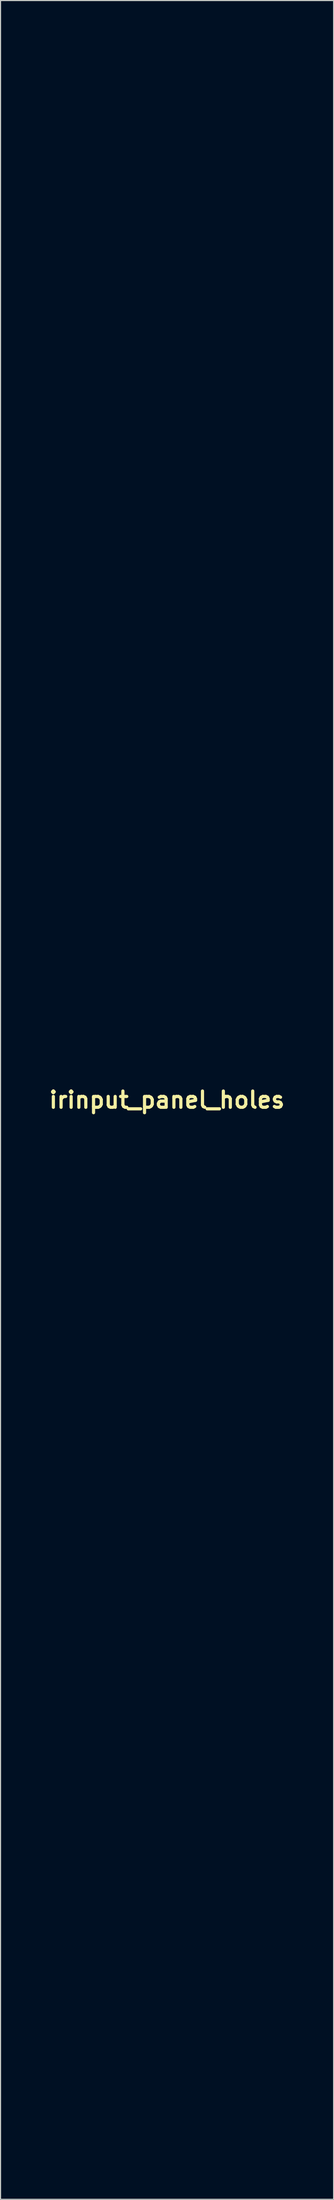
<source format=kicad_pcb>
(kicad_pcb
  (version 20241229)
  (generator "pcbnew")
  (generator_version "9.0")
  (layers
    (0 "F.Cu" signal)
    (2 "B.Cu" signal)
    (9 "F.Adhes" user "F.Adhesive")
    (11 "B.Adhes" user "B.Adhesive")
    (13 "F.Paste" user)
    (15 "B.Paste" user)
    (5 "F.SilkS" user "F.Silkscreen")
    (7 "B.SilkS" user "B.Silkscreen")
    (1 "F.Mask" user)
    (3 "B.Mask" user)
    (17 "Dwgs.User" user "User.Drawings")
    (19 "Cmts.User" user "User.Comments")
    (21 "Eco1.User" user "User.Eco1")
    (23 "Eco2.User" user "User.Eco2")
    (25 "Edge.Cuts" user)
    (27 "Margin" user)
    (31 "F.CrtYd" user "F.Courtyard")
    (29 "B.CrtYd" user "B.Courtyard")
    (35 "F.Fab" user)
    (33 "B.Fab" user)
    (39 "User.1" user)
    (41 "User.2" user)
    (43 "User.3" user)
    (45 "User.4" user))
  (footprint "irinput_panel_holes"
    (layer "F.Cu")
    (at 12.629 100.132)
    (property "Reference" "irinput_panel_holes" (at 0 0 0) (layer "F.SilkS") (effects (font (size 1.524 1.524) (thickness 0.3))))
    (attr through_hole)
    (fp_poly (pts (xy 12.649 100.127) (xy -12.624 100.127) (xy -12.624 -99.847) (xy -12.344 -99.847) (xy -12.344 99.847) (xy 12.37 99.847) (xy 12.37 -99.847) (xy -12.344 -99.847) (xy -12.624 -99.847) (xy -12.624 -100.127) (xy 12.649 -100.127) (xy 12.649 100.127)) (stroke (width 0.01) (type solid)) (fill no) (layer "Eco1.User"))
    (fp_poly (pts (xy -7.845 95.396) (xy -7.579 95.397) (xy -7.323 95.4) (xy -7.083 95.404) (xy -6.866 95.408) (xy -6.675 95.414) (xy -6.518 95.421) (xy -6.399 95.428) (xy -6.324 95.437) (xy -6.315 95.439) (xy -6.055 95.524) (xy -5.818 95.652) (xy -5.607 95.817) (xy -5.428 96.013) (xy -5.283 96.238) (xy -5.176 96.484) (xy -5.112 96.747) (xy -5.094 96.977) (xy -5.101 97.169) (xy -5.125 97.335) (xy -5.171 97.495) (xy -5.244 97.669) (xy -5.266 97.714) (xy -5.403 97.941) (xy -5.581 98.143) (xy -5.791 98.313) (xy -6.029 98.448) (xy -6.286 98.541) (xy -6.381 98.563) (xy -6.452 98.572) (xy -6.569 98.58) (xy -6.725 98.587) (xy -6.914 98.593) (xy -7.131 98.597) (xy -7.37 98.601) (xy -7.624 98.603) (xy -7.889 98.605) (xy -8.159 98.605) (xy -8.427 98.604) (xy -8.688 98.602) (xy -8.936 98.599) (xy -9.166 98.595) (xy -9.371 98.59) (xy -9.546 98.583) (xy -9.685 98.576) (xy -9.783 98.567) (xy -9.817 98.562) (xy -10.077 98.485) (xy -10.313 98.367) (xy -10.522 98.214) (xy -10.703 98.031) (xy -10.851 97.823) (xy -10.966 97.595) (xy -11.045 97.352) (xy -11.085 97.1) (xy -11.085 96.844) (xy -11.041 96.588) (xy -10.952 96.338) (xy -10.893 96.222) (xy -10.738 95.998) (xy -10.549 95.801) (xy -10.331 95.637) (xy -10.094 95.513) (xy -9.865 95.439) (xy -9.8 95.43) (xy -9.689 95.422) (xy -9.539 95.415) (xy -9.354 95.409) (xy -9.141 95.404) (xy -8.905 95.401) (xy -8.652 95.398) (xy -8.388 95.396) (xy -8.117 95.396) (xy -7.845 95.396)) (stroke (width 0.01) (type solid)) (fill no) (layer "Eco1.User"))
    (fp_poly (pts (xy 8.36 95.396) (xy 8.626 95.397) (xy 8.882 95.4) (xy 9.122 95.404) (xy 9.34 95.408) (xy 9.53 95.414) (xy 9.688 95.421) (xy 9.807 95.428) (xy 9.881 95.437) (xy 9.891 95.439) (xy 10.15 95.524) (xy 10.387 95.652) (xy 10.598 95.817) (xy 10.778 96.013) (xy 10.923 96.238) (xy 11.029 96.484) (xy 11.093 96.747) (xy 11.111 96.977) (xy 11.104 97.169) (xy 11.08 97.335) (xy 11.034 97.495) (xy 10.961 97.669) (xy 10.94 97.714) (xy 10.803 97.94) (xy 10.626 98.141) (xy 10.416 98.311) (xy 10.181 98.446) (xy 9.928 98.54) (xy 9.825 98.564) (xy 9.753 98.573) (xy 9.636 98.581) (xy 9.48 98.587) (xy 9.291 98.593) (xy 9.074 98.597) (xy 8.835 98.601) (xy 8.581 98.603) (xy 8.316 98.604) (xy 8.047 98.605) (xy 7.779 98.604) (xy 7.518 98.602) (xy 7.27 98.599) (xy 7.04 98.595) (xy 6.835 98.589) (xy 6.66 98.583) (xy 6.521 98.576) (xy 6.423 98.567) (xy 6.388 98.562) (xy 6.136 98.486) (xy 5.898 98.366) (xy 5.68 98.208) (xy 5.491 98.019) (xy 5.339 97.804) (xy 5.291 97.714) (xy 5.211 97.533) (xy 5.159 97.372) (xy 5.13 97.209) (xy 5.12 97.025) (xy 5.12 96.977) (xy 5.145 96.704) (xy 5.216 96.443) (xy 5.329 96.201) (xy 5.48 95.981) (xy 5.665 95.788) (xy 5.879 95.629) (xy 6.12 95.508) (xy 6.34 95.439) (xy 6.405 95.43) (xy 6.516 95.422) (xy 6.667 95.415) (xy 6.851 95.409) (xy 7.064 95.404) (xy 7.3 95.401) (xy 7.553 95.398) (xy 7.818 95.396) (xy 8.088 95.396) (xy 8.36 95.396)) (stroke (width 0.01) (type solid)) (fill no) (layer "Eco1.User"))
    (fp_poly (pts (xy 7.981 63.573) (xy 8.293 63.655) (xy 8.593 63.775) (xy 8.875 63.934) (xy 9.135 64.129) (xy 9.371 64.358) (xy 9.577 64.62) (xy 9.75 64.913) (xy 9.886 65.236) (xy 9.92 65.343) (xy 9.962 65.524) (xy 9.99 65.736) (xy 10.005 65.963) (xy 10.005 66.187) (xy 9.99 66.391) (xy 9.983 66.441) (xy 9.934 66.658) (xy 9.859 66.891) (xy 9.764 67.118) (xy 9.659 67.319) (xy 9.544 67.487) (xy 9.399 67.664) (xy 9.238 67.835) (xy 9.075 67.984) (xy 9.009 68.037) (xy 8.864 68.133) (xy 8.687 68.232) (xy 8.495 68.324) (xy 8.306 68.401) (xy 8.141 68.454) (xy 7.985 68.485) (xy 7.797 68.507) (xy 7.592 68.519) (xy 7.389 68.521) (xy 7.204 68.511) (xy 7.07 68.493) (xy 6.731 68.404) (xy 6.41 68.27) (xy 6.111 68.095) (xy 5.84 67.882) (xy 5.6 67.636) (xy 5.397 67.359) (xy 5.284 67.158) (xy 5.165 66.888) (xy 5.084 66.624) (xy 5.037 66.352) (xy 5.02 66.054) (xy 5.02 66.015) (xy 5.031 65.862) (xy 6.528 65.862) (xy 6.528 66.115) (xy 6.953 66.122) (xy 7.379 66.129) (xy 7.393 67.031) (xy 7.645 67.031) (xy 7.645 66.116) (xy 8.509 66.116) (xy 8.509 65.862) (xy 7.645 65.862) (xy 7.645 65.024) (xy 7.391 65.024) (xy 7.391 65.862) (xy 6.528 65.862) (xy 5.031 65.862) (xy 5.046 65.661) (xy 5.119 65.321) (xy 5.237 64.999) (xy 5.399 64.698) (xy 5.601 64.422) (xy 5.842 64.175) (xy 6.119 63.96) (xy 6.357 63.818) (xy 6.676 63.677) (xy 7.003 63.583) (xy 7.331 63.536) (xy 7.659 63.533) (xy 7.981 63.573)) (stroke (width 0.01) (type solid)) (fill no) (layer "Eco1.User"))
    (fp_poly (pts (xy -7.728 -98.606) (xy -7.468 -98.604) (xy -7.222 -98.6) (xy -6.995 -98.596) (xy -6.794 -98.591) (xy -6.624 -98.584) (xy -6.491 -98.577) (xy -6.402 -98.568) (xy -6.384 -98.565) (xy -6.125 -98.491) (xy -5.882 -98.373) (xy -5.661 -98.216) (xy -5.47 -98.026) (xy -5.315 -97.807) (xy -5.266 -97.714) (xy -5.186 -97.533) (xy -5.134 -97.372) (xy -5.105 -97.209) (xy -5.095 -97.025) (xy -5.094 -96.977) (xy -5.119 -96.696) (xy -5.191 -96.43) (xy -5.308 -96.185) (xy -5.466 -95.963) (xy -5.665 -95.769) (xy -5.9 -95.607) (xy -5.976 -95.566) (xy -6.04 -95.533) (xy -6.1 -95.505) (xy -6.159 -95.481) (xy -6.222 -95.461) (xy -6.294 -95.445) (xy -6.378 -95.432) (xy -6.478 -95.421) (xy -6.6 -95.413) (xy -6.747 -95.407) (xy -6.923 -95.403) (xy -7.134 -95.4) (xy -7.383 -95.398) (xy -7.674 -95.396) (xy -7.984 -95.395) (xy -8.261 -95.394) (xy -8.527 -95.394) (xy -8.777 -95.395) (xy -9.006 -95.396) (xy -9.209 -95.397) (xy -9.381 -95.399) (xy -9.516 -95.401) (xy -9.609 -95.404) (xy -9.652 -95.406) (xy -9.859 -95.437) (xy -10.038 -95.489) (xy -10.172 -95.548) (xy -10.426 -95.702) (xy -10.642 -95.889) (xy -10.818 -96.106) (xy -10.953 -96.348) (xy -11.044 -96.615) (xy -11.089 -96.896) (xy -11.085 -97.161) (xy -11.034 -97.419) (xy -10.941 -97.665) (xy -10.809 -97.892) (xy -10.643 -98.097) (xy -10.446 -98.273) (xy -10.223 -98.415) (xy -9.978 -98.519) (xy -9.796 -98.565) (xy -9.721 -98.574) (xy -9.601 -98.582) (xy -9.442 -98.589) (xy -9.249 -98.595) (xy -9.03 -98.599) (xy -8.789 -98.603) (xy -8.532 -98.605) (xy -8.266 -98.606) (xy -7.996 -98.607) (xy -7.728 -98.606)) (stroke (width 0.01) (type solid)) (fill no) (layer "Eco1.User"))
    (fp_poly (pts (xy 8.477 -98.606) (xy 8.737 -98.604) (xy 8.984 -98.6) (xy 9.21 -98.596) (xy 9.411 -98.591) (xy 9.581 -98.584) (xy 9.714 -98.577) (xy 9.803 -98.568) (xy 9.821 -98.565) (xy 10.08 -98.491) (xy 10.324 -98.373) (xy 10.544 -98.216) (xy 10.736 -98.026) (xy 10.89 -97.807) (xy 10.94 -97.714) (xy 11.019 -97.533) (xy 11.071 -97.372) (xy 11.1 -97.209) (xy 11.111 -97.025) (xy 11.111 -96.977) (xy 11.086 -96.696) (xy 11.014 -96.43) (xy 10.897 -96.185) (xy 10.739 -95.963) (xy 10.541 -95.769) (xy 10.305 -95.607) (xy 10.23 -95.566) (xy 10.165 -95.533) (xy 10.105 -95.505) (xy 10.046 -95.481) (xy 9.983 -95.461) (xy 9.911 -95.445) (xy 9.828 -95.432) (xy 9.727 -95.421) (xy 9.605 -95.413) (xy 9.458 -95.407) (xy 9.282 -95.403) (xy 9.071 -95.4) (xy 8.822 -95.398) (xy 8.531 -95.396) (xy 8.221 -95.395) (xy 7.944 -95.394) (xy 7.678 -95.394) (xy 7.428 -95.395) (xy 7.199 -95.396) (xy 6.996 -95.397) (xy 6.824 -95.399) (xy 6.689 -95.401) (xy 6.596 -95.404) (xy 6.553 -95.406) (xy 6.28 -95.456) (xy 6.029 -95.549) (xy 5.797 -95.687) (xy 5.579 -95.873) (xy 5.563 -95.89) (xy 5.391 -96.099) (xy 5.259 -96.336) (xy 5.167 -96.591) (xy 5.12 -96.857) (xy 5.119 -97.127) (xy 5.141 -97.284) (xy 5.217 -97.551) (xy 5.336 -97.797) (xy 5.493 -98.019) (xy 5.683 -98.212) (xy 5.901 -98.37) (xy 6.143 -98.489) (xy 6.403 -98.564) (xy 6.409 -98.565) (xy 6.485 -98.574) (xy 6.605 -98.582) (xy 6.764 -98.589) (xy 6.956 -98.595) (xy 7.175 -98.599) (xy 7.416 -98.603) (xy 7.673 -98.605) (xy 7.939 -98.606) (xy 8.209 -98.607) (xy 8.477 -98.606)) (stroke (width 0.01) (type solid)) (fill no) (layer "Eco1.User"))
    (fp_poly (pts (xy 0.216 -82.451) (xy 0.469 -82.421) (xy 0.613 -82.39) (xy 0.929 -82.288) (xy 1.213 -82.155) (xy 1.477 -81.984) (xy 1.731 -81.768) (xy 1.737 -81.763) (xy 1.92 -81.573) (xy 2.068 -81.383) (xy 2.196 -81.173) (xy 2.272 -81.022) (xy 2.361 -80.82) (xy 2.424 -80.637) (xy 2.466 -80.457) (xy 2.49 -80.264) (xy 2.499 -80.041) (xy 2.5 -79.972) (xy 2.493 -79.722) (xy 2.471 -79.507) (xy 2.43 -79.31) (xy 2.367 -79.117) (xy 2.278 -78.913) (xy 2.262 -78.88) (xy 2.082 -78.566) (xy 1.865 -78.287) (xy 1.615 -78.044) (xy 1.334 -77.84) (xy 1.024 -77.676) (xy 0.688 -77.556) (xy 0.5 -77.51) (xy 0.358 -77.489) (xy 0.184 -77.477) (xy -0.004 -77.473) (xy -0.191 -77.477) (xy -0.359 -77.49) (xy -0.48 -77.509) (xy -0.822 -77.606) (xy -1.135 -77.741) (xy -1.424 -77.918) (xy -1.465 -77.949) (xy -1.738 -78.182) (xy -1.973 -78.448) (xy -2.168 -78.742) (xy -2.32 -79.06) (xy -2.419 -79.365) (xy -2.454 -79.557) (xy -2.475 -79.777) (xy -2.476 -79.858) (xy -0.993 -79.858) (xy -0.127 -79.858) (xy -0.127 -78.969) (xy 0.152 -78.969) (xy 0.152 -79.858) (xy 1.019 -79.858) (xy 1.003 -80.124) (xy 0.578 -80.131) (xy 0.152 -80.138) (xy 0.152 -80.95) (xy -0.127 -80.95) (xy -0.127 -80.138) (xy -0.552 -80.131) (xy -0.978 -80.124) (xy -0.986 -79.991) (xy -0.993 -79.858) (xy -2.476 -79.858) (xy -2.48 -80.009) (xy -2.469 -80.237) (xy -2.444 -80.444) (xy -2.417 -80.568) (xy -2.311 -80.889) (xy -2.173 -81.177) (xy -1.998 -81.442) (xy -1.806 -81.666) (xy -1.541 -81.913) (xy -1.253 -82.114) (xy -0.941 -82.271) (xy -0.602 -82.386) (xy -0.541 -82.402) (xy -0.308 -82.442) (xy -0.049 -82.458) (xy 0.216 -82.451)) (stroke (width 0.01) (type solid)) (fill no) (layer "Eco1.User"))
    (fp_poly (pts (xy 0.267 -33.482) (xy 0.492 -33.464) (xy 0.686 -33.434) (xy 0.703 -33.431) (xy 1.113 -33.321) (xy 1.491 -33.172) (xy 1.843 -32.981) (xy 2.173 -32.747) (xy 2.484 -32.468) (xy 2.489 -32.462) (xy 2.765 -32.152) (xy 3 -31.815) (xy 3.194 -31.456) (xy 3.344 -31.079) (xy 3.446 -30.691) (xy 3.466 -30.582) (xy 3.489 -30.388) (xy 3.501 -30.164) (xy 3.503 -29.927) (xy 3.495 -29.697) (xy 3.477 -29.49) (xy 3.465 -29.411) (xy 3.373 -29.012) (xy 3.235 -28.63) (xy 3.055 -28.27) (xy 2.836 -27.933) (xy 2.58 -27.625) (xy 2.291 -27.347) (xy 1.972 -27.102) (xy 1.625 -26.895) (xy 1.255 -26.727) (xy 0.864 -26.602) (xy 0.659 -26.556) (xy 0.503 -26.534) (xy 0.315 -26.517) (xy 0.112 -26.506) (xy -0.09 -26.503) (xy -0.273 -26.508) (xy -0.406 -26.519) (xy -0.812 -26.594) (xy -1.203 -26.716) (xy -1.576 -26.882) (xy -1.928 -27.089) (xy -2.253 -27.335) (xy -2.548 -27.616) (xy -2.809 -27.93) (xy -3.031 -28.274) (xy -3.095 -28.392) (xy -3.26 -28.759) (xy -3.378 -29.13) (xy -3.45 -29.511) (xy -3.479 -29.913) (xy -3.48 -29.996) (xy -3.475 -30.124) (xy -2.489 -30.124) (xy -2.489 -29.87) (xy -0.127 -29.87) (xy -0.127 -27.508) (xy 0.152 -27.508) (xy 0.152 -29.87) (xy 2.515 -29.87) (xy 2.515 -30.124) (xy 0.152 -30.124) (xy 0.152 -32.487) (xy -0.127 -32.487) (xy -0.127 -30.124) (xy -2.489 -30.124) (xy -3.475 -30.124) (xy -3.468 -30.328) (xy -3.43 -30.631) (xy -3.364 -30.922) (xy -3.313 -31.087) (xy -3.155 -31.484) (xy -2.955 -31.852) (xy -2.718 -32.188) (xy -2.444 -32.492) (xy -2.137 -32.761) (xy -1.798 -32.993) (xy -1.43 -33.185) (xy -1.035 -33.336) (xy -0.619 -33.443) (xy -0.432 -33.47) (xy -0.211 -33.486) (xy 0.027 -33.49) (xy 0.267 -33.482)) (stroke (width 0.01) (type solid)) (fill no) (layer "Eco1.User"))
    (fp_poly (pts (xy 0.364 1.521) (xy 0.561 1.54) (xy 0.669 1.557) (xy 1.08 1.664) (xy 1.463 1.813) (xy 1.823 2.006) (xy 2.161 2.244) (xy 2.478 2.527) (xy 2.764 2.845) (xy 3.004 3.186) (xy 3.2 3.547) (xy 3.348 3.93) (xy 3.45 4.331) (xy 3.467 4.426) (xy 3.488 4.606) (xy 3.5 4.817) (xy 3.504 5.041) (xy 3.498 5.261) (xy 3.483 5.46) (xy 3.466 5.578) (xy 3.371 5.987) (xy 3.231 6.375) (xy 3.049 6.74) (xy 2.828 7.078) (xy 2.571 7.388) (xy 2.279 7.666) (xy 1.957 7.909) (xy 1.607 8.115) (xy 1.232 8.28) (xy 0.835 8.402) (xy 0.643 8.443) (xy 0.521 8.461) (xy 0.369 8.477) (xy 0.202 8.489) (xy 0.036 8.496) (xy -0.116 8.499) (xy -0.237 8.496) (xy -0.267 8.494) (xy -0.691 8.427) (xy -1.097 8.315) (xy -1.481 8.16) (xy -1.84 7.965) (xy -2.172 7.731) (xy -2.473 7.461) (xy -2.742 7.157) (xy -2.975 6.822) (xy -3.169 6.456) (xy -3.314 6.087) (xy -3.398 5.792) (xy -3.451 5.497) (xy -3.476 5.185) (xy -3.48 5.006) (xy -3.473 4.877) (xy -2.489 4.877) (xy -2.489 5.131) (xy -0.127 5.131) (xy -0.127 7.493) (xy 0.152 7.493) (xy 0.152 5.131) (xy 2.515 5.131) (xy 2.515 4.877) (xy 0.152 4.877) (xy 0.152 2.515) (xy -0.127 2.515) (xy -0.127 4.877) (xy -2.489 4.877) (xy -3.473 4.877) (xy -3.457 4.581) (xy -3.389 4.178) (xy -3.275 3.793) (xy -3.114 3.423) (xy -2.905 3.066) (xy -2.895 3.051) (xy -2.643 2.719) (xy -2.355 2.423) (xy -2.034 2.163) (xy -1.683 1.941) (xy -1.304 1.76) (xy -0.9 1.621) (xy -0.686 1.568) (xy -0.516 1.54) (xy -0.312 1.521) (xy -0.087 1.511) (xy 0.144 1.511) (xy 0.364 1.521)) (stroke (width 0.01) (type solid)) (fill no) (layer "Eco1.User"))
    (fp_poly (pts (xy 0.364 20.011) (xy 0.881 20.077) (xy 1.374 20.188) (xy 1.843 20.343) (xy 2.29 20.544) (xy 2.714 20.79) (xy 3.116 21.082) (xy 3.475 21.399) (xy 3.825 21.769) (xy 4.131 22.166) (xy 4.394 22.589) (xy 4.613 23.034) (xy 4.785 23.501) (xy 4.912 23.988) (xy 4.966 24.294) (xy 4.998 24.609) (xy 5.008 24.953) (xy 4.997 25.309) (xy 4.966 25.661) (xy 4.916 25.992) (xy 4.886 26.135) (xy 4.752 26.605) (xy 4.572 27.057) (xy 4.349 27.488) (xy 4.086 27.894) (xy 3.786 28.274) (xy 3.451 28.624) (xy 3.085 28.94) (xy 2.69 29.22) (xy 2.27 29.461) (xy 1.826 29.658) (xy 1.668 29.715) (xy 1.192 29.854) (xy 0.705 29.947) (xy 0.214 29.992) (xy -0.274 29.99) (xy -0.625 29.959) (xy -1.114 29.871) (xy -1.586 29.736) (xy -2.039 29.558) (xy -2.47 29.338) (xy -2.876 29.078) (xy -3.254 28.781) (xy -3.602 28.45) (xy -3.918 28.086) (xy -4.199 27.692) (xy -4.441 27.27) (xy -4.643 26.823) (xy -4.802 26.353) (xy -4.84 26.213) (xy -4.93 25.759) (xy -4.977 25.288) (xy -4.981 24.867) (xy -2.489 24.867) (xy -2.489 25.121) (xy -0.127 25.121) (xy -0.127 27.483) (xy 0.152 27.483) (xy 0.152 25.121) (xy 2.515 25.121) (xy 2.515 24.867) (xy 0.152 24.867) (xy 0.152 22.504) (xy -0.127 22.504) (xy -0.127 24.867) (xy -2.489 24.867) (xy -4.981 24.867) (xy -4.981 24.809) (xy -4.942 24.333) (xy -4.861 23.868) (xy -4.835 23.762) (xy -4.692 23.297) (xy -4.503 22.848) (xy -4.27 22.418) (xy -3.995 22.013) (xy -3.683 21.635) (xy -3.336 21.289) (xy -2.956 20.978) (xy -2.731 20.821) (xy -2.31 20.575) (xy -1.869 20.37) (xy -1.411 20.208) (xy -0.943 20.091) (xy -0.47 20.02) (xy 0.003 19.996) (xy 0.364 20.011)) (stroke (width 0.01) (type solid)) (fill no) (layer "Eco1.User"))
    (fp_poly (pts (xy 0.174 -63.486) (xy 0.39 -63.475) (xy 0.581 -63.455) (xy 0.673 -63.439) (xy 1.09 -63.328) (xy 1.481 -63.173) (xy 1.847 -62.975) (xy 2.188 -62.732) (xy 2.489 -62.46) (xy 2.683 -62.254) (xy 2.844 -62.056) (xy 2.983 -61.849) (xy 3.113 -61.618) (xy 3.144 -61.557) (xy 3.297 -61.208) (xy 3.407 -60.856) (xy 3.475 -60.492) (xy 3.504 -60.105) (xy 3.505 -59.993) (xy 3.493 -59.664) (xy 3.455 -59.362) (xy 3.388 -59.069) (xy 3.34 -58.911) (xy 3.184 -58.519) (xy 2.986 -58.153) (xy 2.748 -57.816) (xy 2.474 -57.51) (xy 2.166 -57.239) (xy 1.827 -57.004) (xy 1.46 -56.81) (xy 1.068 -56.658) (xy 0.969 -56.627) (xy 0.76 -56.577) (xy 0.526 -56.537) (xy 0.283 -56.509) (xy 0.047 -56.495) (xy -0.168 -56.496) (xy -0.292 -56.507) (xy -0.724 -56.579) (xy -1.122 -56.689) (xy -1.492 -56.837) (xy -1.836 -57.024) (xy -2.158 -57.254) (xy -2.44 -57.506) (xy -2.716 -57.81) (xy -2.954 -58.145) (xy -3.152 -58.505) (xy -3.306 -58.883) (xy -3.414 -59.274) (xy -3.44 -59.409) (xy -3.462 -59.597) (xy -3.475 -59.816) (xy -3.478 -60.05) (xy -3.476 -60.122) (xy -2.489 -60.122) (xy -2.489 -59.868) (xy -0.127 -59.868) (xy -0.127 -57.506) (xy 0.152 -57.506) (xy 0.152 -59.868) (xy 2.515 -59.868) (xy 2.515 -60.122) (xy 0.152 -60.122) (xy 0.152 -62.484) (xy -0.127 -62.484) (xy -0.127 -60.122) (xy -2.489 -60.122) (xy -3.476 -60.122) (xy -3.471 -60.279) (xy -3.453 -60.486) (xy -3.441 -60.573) (xy -3.364 -60.918) (xy -3.246 -61.269) (xy -3.092 -61.611) (xy -2.909 -61.93) (xy -2.864 -61.997) (xy -2.795 -62.089) (xy -2.7 -62.203) (xy -2.592 -62.325) (xy -2.482 -62.442) (xy -2.464 -62.46) (xy -2.147 -62.745) (xy -1.805 -62.985) (xy -1.438 -63.182) (xy -1.045 -63.334) (xy -0.648 -63.439) (xy -0.479 -63.464) (xy -0.276 -63.481) (xy -0.053 -63.488) (xy 0.174 -63.486)) (stroke (width 0.01) (type solid)) (fill no) (layer "Eco1.User"))
    (fp_poly (pts (xy 0.154 70.007) (xy 0.416 70.02) (xy 0.667 70.042) (xy 0.89 70.072) (xy 0.991 70.091) (xy 1.482 70.218) (xy 1.951 70.39) (xy 2.395 70.604) (xy 2.813 70.856) (xy 3.201 71.146) (xy 3.559 71.471) (xy 3.883 71.829) (xy 4.171 72.217) (xy 4.421 72.633) (xy 4.631 73.075) (xy 4.798 73.541) (xy 4.918 74.014) (xy 4.976 74.392) (xy 5.005 74.795) (xy 5.004 75.206) (xy 4.974 75.609) (xy 4.917 75.978) (xy 4.794 76.461) (xy 4.626 76.924) (xy 4.415 77.364) (xy 4.165 77.779) (xy 3.877 78.166) (xy 3.555 78.523) (xy 3.199 78.848) (xy 2.814 79.137) (xy 2.402 79.388) (xy 1.964 79.6) (xy 1.504 79.768) (xy 1.023 79.892) (xy 1.01 79.895) (xy 0.874 79.921) (xy 0.747 79.941) (xy 0.617 79.958) (xy 0.471 79.971) (xy 0.298 79.984) (xy 0.114 79.994) (xy 0.026 79.996) (xy -0.096 79.994) (xy -0.233 79.989) (xy -0.343 79.983) (xy -0.783 79.932) (xy -1.229 79.837) (xy -1.671 79.701) (xy -2.097 79.528) (xy -2.497 79.321) (xy -2.609 79.254) (xy -3.027 78.966) (xy -3.409 78.641) (xy -3.754 78.284) (xy -4.06 77.897) (xy -4.327 77.481) (xy -4.551 77.041) (xy -4.732 76.577) (xy -4.867 76.093) (xy -4.94 75.704) (xy -4.96 75.52) (xy -4.974 75.303) (xy -4.98 75.066) (xy -4.979 74.879) (xy -2.489 74.879) (xy -2.489 75.133) (xy -0.127 75.133) (xy -0.127 77.495) (xy 0.152 77.495) (xy 0.152 75.133) (xy 2.515 75.133) (xy 2.515 74.879) (xy 0.153 74.879) (xy 0.14 72.504) (xy -0.114 72.504) (xy -0.121 73.692) (xy -0.128 74.879) (xy -2.489 74.879) (xy -4.979 74.879) (xy -4.978 74.826) (xy -4.97 74.596) (xy -4.954 74.392) (xy -4.941 74.282) (xy -4.841 73.787) (xy -4.694 73.308) (xy -4.503 72.849) (xy -4.269 72.413) (xy -3.994 72.003) (xy -3.68 71.623) (xy -3.327 71.274) (xy -3.215 71.177) (xy -2.812 70.871) (xy -2.383 70.609) (xy -1.932 70.391) (xy -1.46 70.219) (xy -0.968 70.094) (xy -0.55 70.026) (xy -0.344 70.009) (xy -0.104 70.003) (xy 0.154 70.007)) (stroke (width 0.01) (type solid)) (fill no) (layer "Eco1.User"))
    (fp_poly (pts (xy 0.351 45.011) (xy 0.847 45.069) (xy 1.329 45.175) (xy 1.796 45.327) (xy 2.244 45.523) (xy 2.67 45.762) (xy 3.071 46.042) (xy 3.444 46.362) (xy 3.787 46.718) (xy 4.096 47.111) (xy 4.272 47.376) (xy 4.509 47.804) (xy 4.7 48.25) (xy 4.845 48.71) (xy 4.945 49.18) (xy 4.999 49.656) (xy 5.008 50.135) (xy 4.972 50.613) (xy 4.891 51.085) (xy 4.765 51.549) (xy 4.594 52.001) (xy 4.379 52.436) (xy 4.119 52.852) (xy 4.047 52.953) (xy 3.728 53.344) (xy 3.375 53.698) (xy 2.991 54.013) (xy 2.577 54.288) (xy 2.136 54.522) (xy 1.67 54.713) (xy 1.181 54.859) (xy 0.991 54.903) (xy 0.874 54.926) (xy 0.768 54.944) (xy 0.662 54.957) (xy 0.545 54.966) (xy 0.404 54.973) (xy 0.231 54.977) (xy 0.114 54.979) (xy -0.126 54.982) (xy -0.323 54.979) (xy -0.486 54.973) (xy -0.621 54.961) (xy -0.686 54.952) (xy -1.188 54.851) (xy -1.67 54.704) (xy -2.131 54.513) (xy -2.569 54.278) (xy -2.979 54.003) (xy -3.361 53.686) (xy -3.712 53.332) (xy -3.986 52.997) (xy -4.261 52.591) (xy -4.495 52.161) (xy -4.685 51.713) (xy -4.83 51.251) (xy -4.927 50.782) (xy -4.974 50.331) (xy -4.98 49.86) (xy -2.489 49.86) (xy -2.489 50.114) (xy -0.127 50.114) (xy -0.127 51.291) (xy -0.127 51.531) (xy -0.126 51.755) (xy -0.124 51.959) (xy -0.122 52.136) (xy -0.119 52.283) (xy -0.116 52.393) (xy -0.112 52.463) (xy -0.109 52.486) (xy -0.075 52.495) (xy -0.009 52.498) (xy 0.024 52.497) (xy 0.14 52.489) (xy 0.153 50.114) (xy 2.515 50.114) (xy 2.515 49.86) (xy 0.152 49.86) (xy 0.152 47.498) (xy -0.127 47.498) (xy -0.127 49.86) (xy -2.489 49.86) (xy -4.98 49.86) (xy -4.98 49.818) (xy -4.941 49.325) (xy -4.855 48.849) (xy -4.723 48.388) (xy -4.543 47.938) (xy -4.483 47.81) (xy -4.237 47.365) (xy -3.953 46.953) (xy -3.632 46.573) (xy -3.275 46.23) (xy -2.885 45.923) (xy -2.462 45.655) (xy -2.175 45.505) (xy -1.711 45.305) (xy -1.241 45.156) (xy -0.764 45.057) (xy -0.276 45.006) (xy 0.225 45.004) (xy 0.351 45.011)) (stroke (width 0.01) (type solid)) (fill no) (layer "Eco1.User")))
  (gr_rect
    (start -3 -3)
    (end 28.283 203.264)
    (stroke (width 0.1) (type default))
    (fill no)
    (layer "Edge.Cuts")))
</source>
